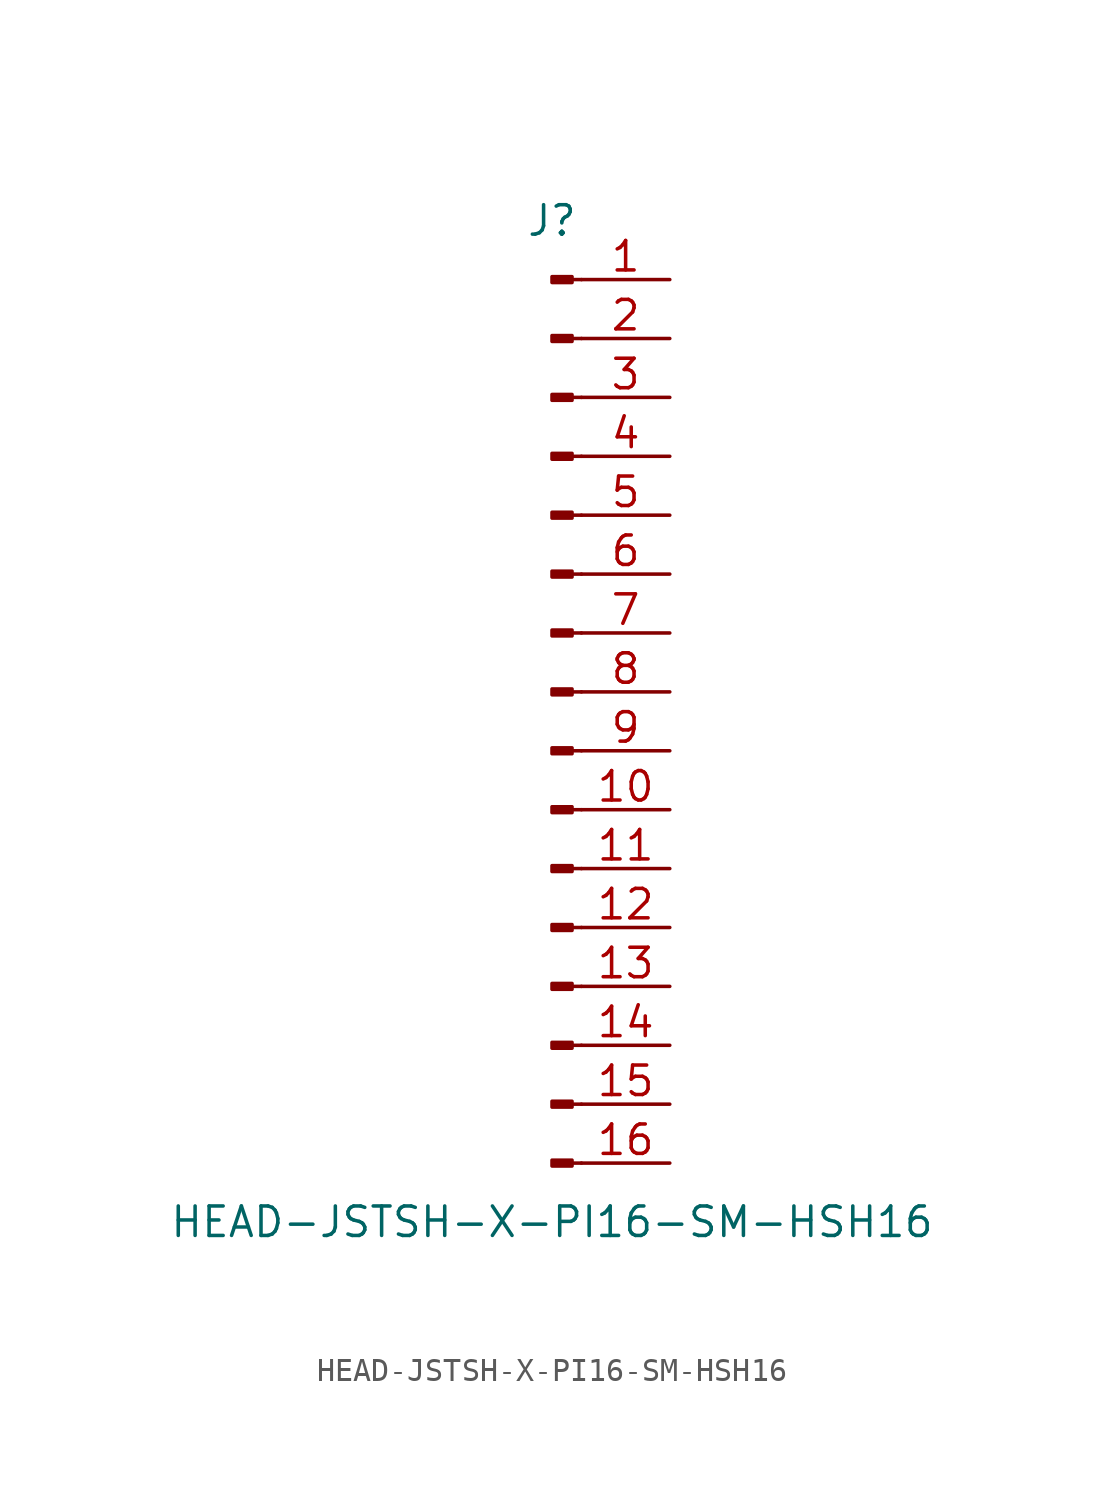
<source format=kicad_sym>
(kicad_symbol_lib
  (version 20211014)
  (generator kicad_symbol_editor)
  (symbol "HEAD-JSTSH-X-PI16-SM-HSH16"
    (pin_names
      (offset 1.016) hide)
    (property "Reference" "J"
      (at 0 20.32 0)
      (effects (font (size 1.27 1.27))))
    (property "Value" "HEAD-JSTSH-X-PI16-SM-HSH16"
      (at 0 -22.86 0)
      (effects (font (size 1.27 1.27))))
    (symbol "HEAD-JSTSH-X-PI16-SM-HSH16_1_1"
      (polyline (pts (xy 1.27 -20.32) (xy 0.864 -20.32)) (stroke (width 0.152) (type default) (color 0 0 0 0)) (fill (type none)))
      (polyline (pts (xy 1.27 -17.78) (xy 0.864 -17.78)) (stroke (width 0.152) (type default) (color 0 0 0 0)) (fill (type none)))
      (polyline (pts (xy 1.27 -15.24) (xy 0.864 -15.24)) (stroke (width 0.152) (type default) (color 0 0 0 0)) (fill (type none)))
      (polyline (pts (xy 1.27 -12.7) (xy 0.864 -12.7)) (stroke (width 0.152) (type default) (color 0 0 0 0)) (fill (type none)))
      (polyline (pts (xy 1.27 -10.16) (xy 0.864 -10.16)) (stroke (width 0.152) (type default) (color 0 0 0 0)) (fill (type none)))
      (polyline (pts (xy 1.27 -7.62) (xy 0.864 -7.62)) (stroke (width 0.152) (type default) (color 0 0 0 0)) (fill (type none)))
      (polyline (pts (xy 1.27 -5.08) (xy 0.864 -5.08)) (stroke (width 0.152) (type default) (color 0 0 0 0)) (fill (type none)))
      (polyline (pts (xy 1.27 -2.54) (xy 0.864 -2.54)) (stroke (width 0.152) (type default) (color 0 0 0 0)) (fill (type none)))
      (polyline (pts (xy 1.27 0) (xy 0.864 0)) (stroke (width 0.152) (type default) (color 0 0 0 0)) (fill (type none)))
      (polyline (pts (xy 1.27 2.54) (xy 0.864 2.54)) (stroke (width 0.152) (type default) (color 0 0 0 0)) (fill (type none)))
      (polyline (pts (xy 1.27 5.08) (xy 0.864 5.08)) (stroke (width 0.152) (type default) (color 0 0 0 0)) (fill (type none)))
      (polyline (pts (xy 1.27 7.62) (xy 0.864 7.62)) (stroke (width 0.152) (type default) (color 0 0 0 0)) (fill (type none)))
      (polyline (pts (xy 1.27 10.16) (xy 0.864 10.16)) (stroke (width 0.152) (type default) (color 0 0 0 0)) (fill (type none)))
      (polyline (pts (xy 1.27 12.7) (xy 0.864 12.7)) (stroke (width 0.152) (type default) (color 0 0 0 0)) (fill (type none)))
      (polyline (pts (xy 1.27 15.24) (xy 0.864 15.24)) (stroke (width 0.152) (type default) (color 0 0 0 0)) (fill (type none)))
      (polyline (pts (xy 1.27 17.78) (xy 0.864 17.78)) (stroke (width 0.152) (type default) (color 0 0 0 0)) (fill (type none)))
      (rectangle (start 0.864 -20.193) (end 0 -20.447) (stroke (width 0.152) (type default) (color 0 0 0 0)) (fill (type outline)))
      (rectangle (start 0.864 -17.653) (end 0 -17.907) (stroke (width 0.152) (type default) (color 0 0 0 0)) (fill (type outline)))
      (rectangle (start 0.864 -15.113) (end 0 -15.367) (stroke (width 0.152) (type default) (color 0 0 0 0)) (fill (type outline)))
      (rectangle (start 0.864 -12.573) (end 0 -12.827) (stroke (width 0.152) (type default) (color 0 0 0 0)) (fill (type outline)))
      (rectangle (start 0.864 -10.033) (end 0 -10.287) (stroke (width 0.152) (type default) (color 0 0 0 0)) (fill (type outline)))
      (rectangle (start 0.864 -7.493) (end 0 -7.747) (stroke (width 0.152) (type default) (color 0 0 0 0)) (fill (type outline)))
      (rectangle (start 0.864 -4.953) (end 0 -5.207) (stroke (width 0.152) (type default) (color 0 0 0 0)) (fill (type outline)))
      (rectangle (start 0.864 -2.413) (end 0 -2.667) (stroke (width 0.152) (type default) (color 0 0 0 0)) (fill (type outline)))
      (rectangle (start 0.864 0.127) (end 0 -0.127) (stroke (width 0.152) (type default) (color 0 0 0 0)) (fill (type outline)))
      (rectangle (start 0.864 2.667) (end 0 2.413) (stroke (width 0.152) (type default) (color 0 0 0 0)) (fill (type outline)))
      (rectangle (start 0.864 5.207) (end 0 4.953) (stroke (width 0.152) (type default) (color 0 0 0 0)) (fill (type outline)))
      (rectangle (start 0.864 7.747) (end 0 7.493) (stroke (width 0.152) (type default) (color 0 0 0 0)) (fill (type outline)))
      (rectangle (start 0.864 10.287) (end 0 10.033) (stroke (width 0.152) (type default) (color 0 0 0 0)) (fill (type outline)))
      (rectangle (start 0.864 12.827) (end 0 12.573) (stroke (width 0.152) (type default) (color 0 0 0 0)) (fill (type outline)))
      (rectangle (start 0.864 15.367) (end 0 15.113) (stroke (width 0.152) (type default) (color 0 0 0 0)) (fill (type outline)))
      (rectangle (start 0.864 17.907) (end 0 17.653) (stroke (width 0.152) (type default) (color 0 0 0 0)) (fill (type outline)))
      (pin passive line (at 5.08 17.78 180) (length 3.81) (name "Pin_1" (effects (font (size 1.27 1.27)))) (number "1" (effects (font (size 1.27 1.27)))))
      (pin passive line (at 5.08 -5.08 180) (length 3.81) (name "Pin_10" (effects (font (size 1.27 1.27)))) (number "10" (effects (font (size 1.27 1.27)))))
      (pin passive line (at 5.08 -7.62 180) (length 3.81) (name "Pin_11" (effects (font (size 1.27 1.27)))) (number "11" (effects (font (size 1.27 1.27)))))
      (pin passive line (at 5.08 -10.16 180) (length 3.81) (name "Pin_12" (effects (font (size 1.27 1.27)))) (number "12" (effects (font (size 1.27 1.27)))))
      (pin passive line (at 5.08 -12.7 180) (length 3.81) (name "Pin_13" (effects (font (size 1.27 1.27)))) (number "13" (effects (font (size 1.27 1.27)))))
      (pin passive line (at 5.08 -15.24 180) (length 3.81) (name "Pin_14" (effects (font (size 1.27 1.27)))) (number "14" (effects (font (size 1.27 1.27)))))
      (pin passive line (at 5.08 -17.78 180) (length 3.81) (name "Pin_15" (effects (font (size 1.27 1.27)))) (number "15" (effects (font (size 1.27 1.27)))))
      (pin passive line (at 5.08 -20.32 180) (length 3.81) (name "Pin_16" (effects (font (size 1.27 1.27)))) (number "16" (effects (font (size 1.27 1.27)))))
      (pin passive line (at 5.08 15.24 180) (length 3.81) (name "Pin_2" (effects (font (size 1.27 1.27)))) (number "2" (effects (font (size 1.27 1.27)))))
      (pin passive line (at 5.08 12.7 180) (length 3.81) (name "Pin_3" (effects (font (size 1.27 1.27)))) (number "3" (effects (font (size 1.27 1.27)))))
      (pin passive line (at 5.08 10.16 180) (length 3.81) (name "Pin_4" (effects (font (size 1.27 1.27)))) (number "4" (effects (font (size 1.27 1.27)))))
      (pin passive line (at 5.08 7.62 180) (length 3.81) (name "Pin_5" (effects (font (size 1.27 1.27)))) (number "5" (effects (font (size 1.27 1.27)))))
      (pin passive line (at 5.08 5.08 180) (length 3.81) (name "Pin_6" (effects (font (size 1.27 1.27)))) (number "6" (effects (font (size 1.27 1.27)))))
      (pin passive line (at 5.08 2.54 180) (length 3.81) (name "Pin_7" (effects (font (size 1.27 1.27)))) (number "7" (effects (font (size 1.27 1.27)))))
      (pin passive line (at 5.08 0 180) (length 3.81) (name "Pin_8" (effects (font (size 1.27 1.27)))) (number "8" (effects (font (size 1.27 1.27)))))
      (pin passive line (at 5.08 -2.54 180) (length 3.81) (name "Pin_9" (effects (font (size 1.27 1.27)))) (number "9" (effects (font (size 1.27 1.27))))))))
</source>
